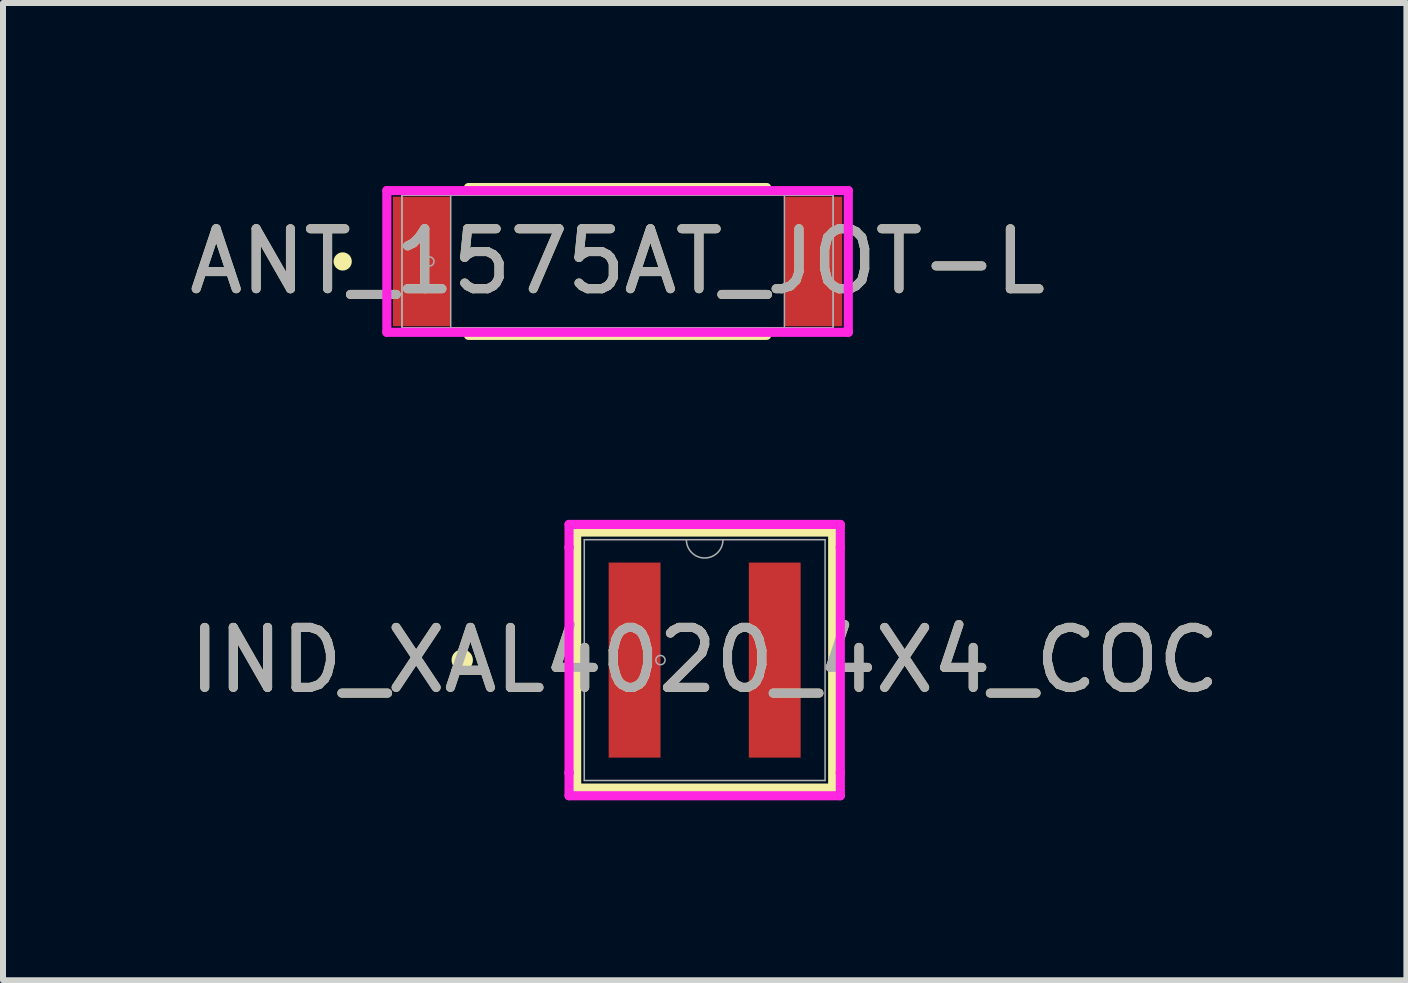
<source format=kicad_pcb>
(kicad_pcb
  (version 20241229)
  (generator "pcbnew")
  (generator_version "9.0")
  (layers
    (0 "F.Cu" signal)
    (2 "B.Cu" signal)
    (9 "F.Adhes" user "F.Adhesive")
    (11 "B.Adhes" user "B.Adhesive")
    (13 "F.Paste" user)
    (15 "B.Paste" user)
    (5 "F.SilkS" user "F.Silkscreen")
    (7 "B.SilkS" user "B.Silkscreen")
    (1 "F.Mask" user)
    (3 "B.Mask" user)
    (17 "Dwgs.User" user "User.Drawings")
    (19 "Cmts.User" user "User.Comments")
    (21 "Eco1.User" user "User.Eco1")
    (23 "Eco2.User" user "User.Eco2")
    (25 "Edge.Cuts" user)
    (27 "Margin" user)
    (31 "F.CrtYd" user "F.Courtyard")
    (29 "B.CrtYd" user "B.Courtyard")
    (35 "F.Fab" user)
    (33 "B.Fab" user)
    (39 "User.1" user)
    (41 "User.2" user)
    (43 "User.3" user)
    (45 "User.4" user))
  (footprint "ANT_1575AT_JOT-L"
    (layer "F.Cu")
    (at 7.244 1.308)
    (property "Reference" "ANT_1575AT_JOT-L" (at 0 0 0) (unlocked yes) (layer "F.SilkS") (effects (font (size 1 1) (thickness 0.15))))
    (attr smd)
    (fp_line (start -2.485 1.232) (end 2.485 1.232) (stroke (width 0.152) (type solid)) (layer "F.SilkS"))
    (fp_line (start 2.485 -1.232) (end -2.485 -1.232) (stroke (width 0.152) (type solid)) (layer "F.SilkS"))
    (fp_circle (center -4.582 0) (end -4.506 0) (stroke (width 0.152) (type solid)) (fill no) (layer "F.SilkS"))
    (fp_line (start -3.846 -1.181) (end 3.846 -1.181) (stroke (width 0.152) (type solid)) (layer "F.CrtYd"))
    (fp_line (start -3.846 1.181) (end -3.846 -1.181) (stroke (width 0.152) (type solid)) (layer "F.CrtYd"))
    (fp_line (start 3.846 -1.181) (end 3.846 1.181) (stroke (width 0.152) (type solid)) (layer "F.CrtYd"))
    (fp_line (start 3.846 1.181) (end -3.846 1.181) (stroke (width 0.152) (type solid)) (layer "F.CrtYd"))
    (fp_line (start -3.594 -1.105) (end -3.594 1.105) (stroke (width 0.025) (type solid)) (layer "F.Fab"))
    (fp_line (start -3.594 -1.105) (end -3.594 1.105) (stroke (width 0.025) (type solid)) (layer "F.Fab"))
    (fp_line (start -3.594 1.105) (end -2.781 1.105) (stroke (width 0.025) (type solid)) (layer "F.Fab"))
    (fp_line (start -3.594 1.105) (end 3.594 1.105) (stroke (width 0.025) (type solid)) (layer "F.Fab"))
    (fp_line (start -2.781 -1.105) (end -3.594 -1.105) (stroke (width 0.025) (type solid)) (layer "F.Fab"))
    (fp_line (start -2.781 1.105) (end -2.781 -1.105) (stroke (width 0.025) (type solid)) (layer "F.Fab"))
    (fp_line (start 2.781 -1.105) (end 2.781 1.105) (stroke (width 0.025) (type solid)) (layer "F.Fab"))
    (fp_line (start 2.781 1.105) (end 3.594 1.105) (stroke (width 0.025) (type solid)) (layer "F.Fab"))
    (fp_line (start 3.594 -1.105) (end -3.594 -1.105) (stroke (width 0.025) (type solid)) (layer "F.Fab"))
    (fp_line (start 3.594 -1.105) (end 2.781 -1.105) (stroke (width 0.025) (type solid)) (layer "F.Fab"))
    (fp_line (start 3.594 1.105) (end 3.594 -1.105) (stroke (width 0.025) (type solid)) (layer "F.Fab"))
    (fp_line (start 3.594 1.105) (end 3.594 -1.105) (stroke (width 0.025) (type solid)) (layer "F.Fab"))
    (fp_circle (center -3.136 0) (end -3.06 0) (stroke (width 0.025) (type solid)) (fill no) (layer "F.Fab"))
    (fp_text user "${REFERENCE}" (at 0 0 0) (unlocked yes) (layer "F.Fab") (effects (font (size 1 1) (thickness 0.15))))
    (pad "1" smd rect (at -3.263 0) (size 0.963 2.16) (layers "F.Cu" "F.Mask" "F.Paste"))
    (pad "2" smd rect (at 3.263 0) (size 0.963 2.16) (layers "F.Cu" "F.Mask" "F.Paste"))
    (zone (net_name "") (layer "F.Cu") (hatch full 0.508) (connect_pads) (min_thickness 0.254) (filled_areas_thickness no) (keepout (tracks not_allowed) (vias not_allowed) (pads allowed) (copperpour not_allowed) (footprints allowed)) (placement (enabled no)) (fill) (polygon (pts (xy 4.514 0.254) (xy 9.975 0.254) (xy 9.975 2.362) (xy 4.514 2.362)))))
  (footprint "IND_XAL4020_4X4_COC"
    (layer "F.Cu")
    (at 8.696 7.953)
    (property "Reference" "IND_XAL4020_4X4_COC" (at 0 0 0) (unlocked yes) (layer "F.SilkS") (effects (font (size 1 1) (thickness 0.15))))
    (attr smd)
    (fp_line (start -2.134 -2.134) (end -2.134 2.134) (stroke (width 0.152) (type solid)) (layer "F.SilkS"))
    (fp_line (start -2.134 2.134) (end 2.134 2.134) (stroke (width 0.152) (type solid)) (layer "F.SilkS"))
    (fp_line (start 2.134 -2.134) (end -2.134 -2.134) (stroke (width 0.152) (type solid)) (layer "F.SilkS"))
    (fp_line (start 2.134 2.134) (end 2.134 -2.134) (stroke (width 0.152) (type solid)) (layer "F.SilkS"))
    (fp_circle (center -4.041 0) (end -3.939 0) (stroke (width 0.152) (type solid)) (fill no) (layer "F.SilkS"))
    (fp_line (start -2.261 -2.261) (end 2.261 -2.261) (stroke (width 0.152) (type solid)) (layer "F.CrtYd"))
    (fp_line (start -2.261 -1.88) (end -2.261 -2.261) (stroke (width 0.152) (type solid)) (layer "F.CrtYd"))
    (fp_line (start -2.261 -1.88) (end -2.261 -1.88) (stroke (width 0.152) (type solid)) (layer "F.CrtYd"))
    (fp_line (start -2.261 1.88) (end -2.261 -1.88) (stroke (width 0.152) (type solid)) (layer "F.CrtYd"))
    (fp_line (start -2.261 1.88) (end -2.261 1.88) (stroke (width 0.152) (type solid)) (layer "F.CrtYd"))
    (fp_line (start -2.261 2.261) (end -2.261 1.88) (stroke (width 0.152) (type solid)) (layer "F.CrtYd"))
    (fp_line (start 2.261 -2.261) (end 2.261 -1.88) (stroke (width 0.152) (type solid)) (layer "F.CrtYd"))
    (fp_line (start 2.261 -1.88) (end 2.261 -1.88) (stroke (width 0.152) (type solid)) (layer "F.CrtYd"))
    (fp_line (start 2.261 -1.88) (end 2.261 1.88) (stroke (width 0.152) (type solid)) (layer "F.CrtYd"))
    (fp_line (start 2.261 1.88) (end 2.261 1.88) (stroke (width 0.152) (type solid)) (layer "F.CrtYd"))
    (fp_line (start 2.261 1.88) (end 2.261 2.261) (stroke (width 0.152) (type solid)) (layer "F.CrtYd"))
    (fp_line (start 2.261 2.261) (end -2.261 2.261) (stroke (width 0.152) (type solid)) (layer "F.CrtYd"))
    (fp_line (start -2.007 -2.007) (end -2.007 2.007) (stroke (width 0.025) (type solid)) (layer "F.Fab"))
    (fp_line (start -2.007 2.007) (end 2.007 2.007) (stroke (width 0.025) (type solid)) (layer "F.Fab"))
    (fp_line (start 2.007 -2.007) (end -2.007 -2.007) (stroke (width 0.025) (type solid)) (layer "F.Fab"))
    (fp_line (start 2.007 2.007) (end 2.007 -2.007) (stroke (width 0.025) (type solid)) (layer "F.Fab"))
    (fp_arc (start 0.3048 -2.0066) (mid 0 -1.7018) (end -0.3048 -2.0066) (stroke (width 0.0254) (type solid)) (layer "F.Fab"))
    (fp_circle (center -0.737 0) (end -0.66 0) (stroke (width 0.025) (type solid)) (fill no) (layer "F.Fab"))
    (fp_text user "${REFERENCE}" (at 0 0 0) (unlocked yes) (layer "F.Fab") (effects (font (size 1 1) (thickness 0.15))))
    (pad "1" smd rect (at -1.168 0) (size 0.864 3.251) (layers "F.Cu" "F.Mask" "F.Paste"))
    (pad "2" smd rect (at 1.168 0) (size 0.864 3.251) (layers "F.Cu" "F.Mask" "F.Paste")))
  (gr_rect
    (start -3 -3)
    (end 20.393 13.29)
    (stroke (width 0.1) (type default))
    (fill no)
    (layer "Edge.Cuts")))
</source>
